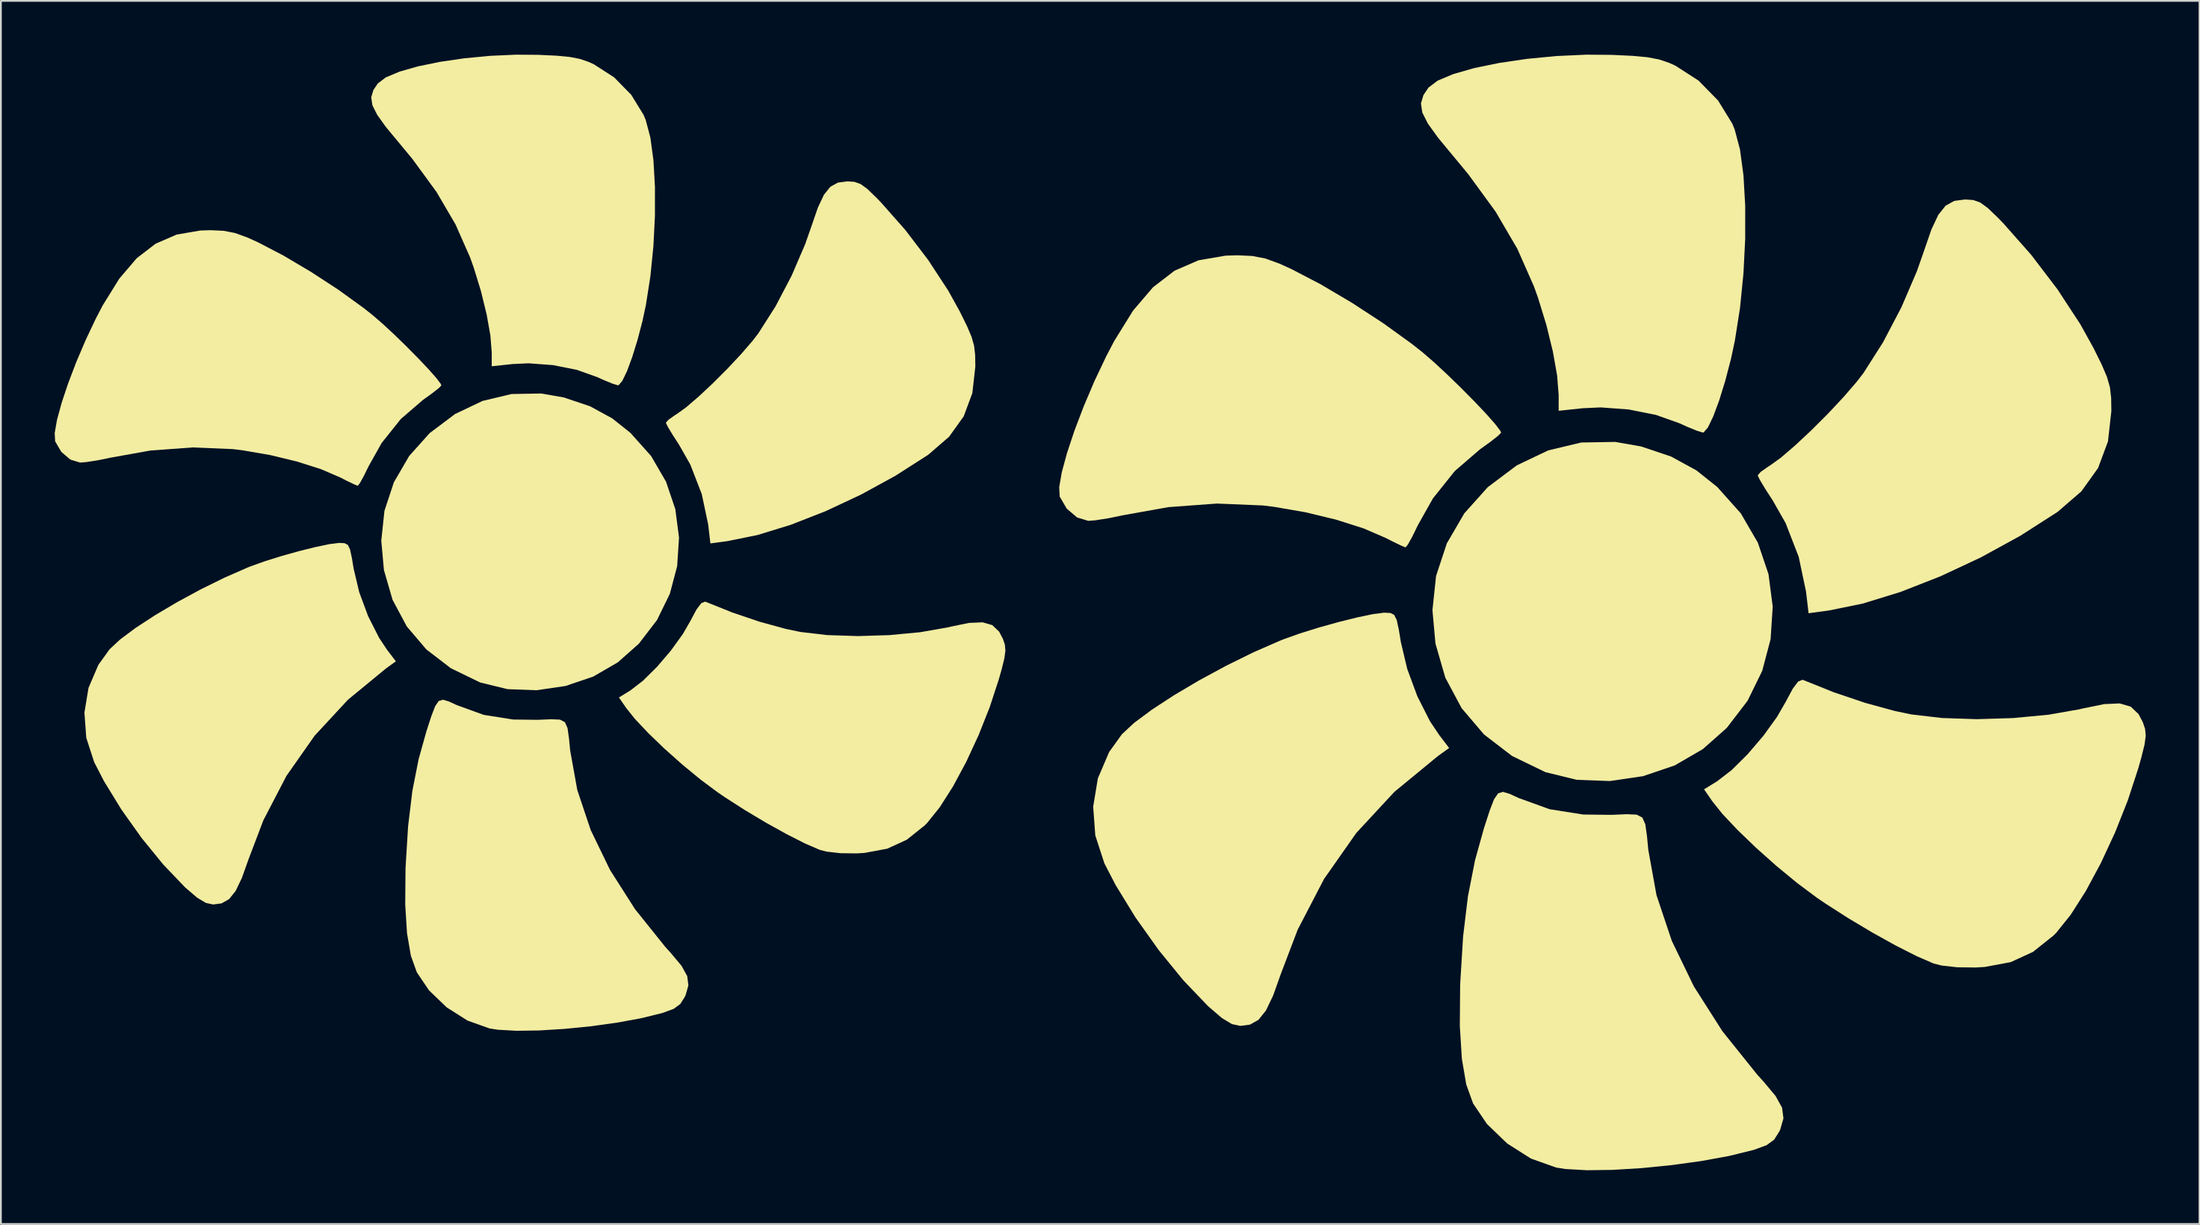
<source format=kicad_pcb>
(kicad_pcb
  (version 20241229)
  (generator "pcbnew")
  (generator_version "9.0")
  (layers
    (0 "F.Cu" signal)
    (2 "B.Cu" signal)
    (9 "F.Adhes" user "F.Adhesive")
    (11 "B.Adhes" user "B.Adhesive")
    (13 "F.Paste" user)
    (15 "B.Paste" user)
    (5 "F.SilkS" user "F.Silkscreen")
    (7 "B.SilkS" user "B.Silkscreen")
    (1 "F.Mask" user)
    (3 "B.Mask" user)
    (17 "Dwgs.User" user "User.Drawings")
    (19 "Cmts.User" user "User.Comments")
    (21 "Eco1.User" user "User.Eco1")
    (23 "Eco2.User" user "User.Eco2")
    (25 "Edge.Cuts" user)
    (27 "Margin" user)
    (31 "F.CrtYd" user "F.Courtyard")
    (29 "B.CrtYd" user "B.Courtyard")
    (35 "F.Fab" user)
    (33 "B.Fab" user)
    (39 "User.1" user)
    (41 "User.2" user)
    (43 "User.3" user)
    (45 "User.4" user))
  (footprint "fan_70x70mm"
    (layer "F.Cu")
    (at 26.425 27.239)
    (property "Reference" "fan_70x70mm" (at 0 0 0) (layer "F.SilkS") (effects (font (size 1.5 1.5) (thickness 0.3))))
    (attr board_only exclude_from_pos_files exclude_from_bom)
    (fp_poly (pts (xy 1.967 -8.115) (xy 3.427 -7.624) (xy 4.667 -6.947) (xy 5.683 -6.137) (xy 6.833 -4.849) (xy 7.666 -3.415) (xy 8.184 -1.883) (xy 8.39 -0.298) (xy 8.287 1.293) (xy 7.878 2.841) (xy 7.164 4.301) (xy 6.149 5.625) (xy 4.978 6.662) (xy 3.605 7.458) (xy 2.063 7.981) (xy 0.441 8.219) (xy -1.174 8.158) (xy -2.693 7.787) (xy -2.71 7.781) (xy -4.333 6.992) (xy -5.699 5.943) (xy -6.79 4.661) (xy -7.585 3.173) (xy -8.066 1.509) (xy -8.213 -0.123) (xy -8.037 -1.79) (xy -7.511 -3.382) (xy -6.659 -4.848) (xy -5.516 -6.125) (xy -4.098 -7.192) (xy -2.564 -7.922) (xy -0.951 -8.307) (xy 0.705 -8.336)) (stroke (width 0) (type solid)) (fill yes) (layer "F.SilkS"))
    (fp_poly (pts (xy -10.262 0.015) (xy -10.079 0.108) (xy -9.957 0.358) (xy -9.852 0.84) (xy -9.754 1.438) (xy -9.444 2.744) (xy -8.949 4.082) (xy -8.333 5.298) (xy -7.892 5.96) (xy -7.399 6.606) (xy -7.936 6.992) (xy -10.07 8.747) (xy -11.927 10.752) (xy -13.502 12.998) (xy -14.789 15.476) (xy -15.614 17.645) (xy -15.987 18.692) (xy -16.336 19.418) (xy -16.701 19.874) (xy -17.118 20.109) (xy -17.588 20.171) (xy -17.998 20.083) (xy -18.484 19.79) (xy -19.117 19.248) (xy -19.178 19.19) (xy -20.368 17.946) (xy -21.571 16.47) (xy -22.702 14.88) (xy -23.673 13.296) (xy -24.222 12.233) (xy -24.664 10.872) (xy -24.767 9.467) (xy -24.539 8.087) (xy -23.989 6.802) (xy -23.364 5.933) (xy -22.775 5.384) (xy -21.905 4.736) (xy -20.82 4.028) (xy -19.587 3.298) (xy -18.272 2.586) (xy -16.942 1.931) (xy -15.662 1.371) (xy -15.487 1.301) (xy -14.701 1.02) (xy -13.773 0.73) (xy -12.798 0.457) (xy -11.876 0.228) (xy -11.103 0.067) (xy -10.578 0.001) (xy -10.548 0.000471)) (stroke (width 0) (type solid)) (fill yes) (layer "F.SilkS"))
    (fp_poly (pts (xy -4.447 8.844) (xy -4.009 9.046) (xy -2.501 9.593) (xy -0.857 9.853) (xy 0.522 9.869) (xy 1.272 9.837) (xy 1.751 9.859) (xy 2.028 10.001) (xy 2.173 10.329) (xy 2.255 10.908) (xy 2.32 11.579) (xy 2.717 13.784) (xy 3.465 16.018) (xy 4.544 18.246) (xy 5.936 20.431) (xy 7.625 22.538) (xy 7.933 22.879) (xy 8.528 23.589) (xy 8.846 24.164) (xy 8.913 24.684) (xy 8.756 25.233) (xy 8.716 25.319) (xy 8.461 25.724) (xy 8.091 25.995) (xy 7.483 26.218) (xy 7.423 26.235) (xy 6.262 26.521) (xy 4.913 26.767) (xy 3.46 26.967) (xy 1.987 27.114) (xy 0.578 27.2) (xy -0.685 27.217) (xy -1.716 27.159) (xy -2.177 27.087) (xy -3.404 26.649) (xy -4.563 25.914) (xy -5.554 24.96) (xy -6.23 23.957) (xy -6.562 23.035) (xy -6.778 21.776) (xy -6.878 20.174) (xy -6.862 18.224) (xy -6.854 18.027) (xy -6.717 15.799) (xy -6.481 13.845) (xy -6.133 12.075) (xy -5.699 10.52) (xy -5.421 9.662) (xy -5.209 9.111) (xy -5.012 8.821) (xy -4.775 8.748)) (stroke (width 0) (type solid)) (fill yes) (layer "F.SilkS"))
    (fp_poly (pts (xy 0.527 -27.23) (xy 1.546 -27.183) (xy 2.289 -27.113) (xy 2.855 -27.004) (xy 3.342 -26.838) (xy 3.642 -26.702) (xy 4.771 -25.974) (xy 5.725 -25.001) (xy 6.415 -23.879) (xy 6.534 -23.591) (xy 6.793 -22.612) (xy 6.964 -21.345) (xy 7.048 -19.863) (xy 7.047 -18.242) (xy 6.962 -16.556) (xy 6.794 -14.878) (xy 6.545 -13.283) (xy 6.354 -12.387) (xy 6.072 -11.309) (xy 5.776 -10.355) (xy 5.488 -9.58) (xy 5.23 -9.044) (xy 5.023 -8.801) (xy 4.983 -8.794) (xy 4.7 -8.878) (xy 4.211 -9.077) (xy 3.829 -9.25) (xy 2.692 -9.655) (xy 1.361 -9.92) (xy -0.002 -10.021) (xy -0.883 -9.98) (xy -2.054 -9.855) (xy -2.054 -10.632) (xy -2.13 -11.579) (xy -2.339 -12.755) (xy -2.657 -14.054) (xy -3.06 -15.366) (xy -3.257 -15.92) (xy -4.071 -17.764) (xy -5.128 -19.572) (xy -6.472 -21.413) (xy -7.2 -22.293) (xy -7.943 -23.189) (xy -8.439 -23.879) (xy -8.709 -24.418) (xy -8.774 -24.861) (xy -8.653 -25.265) (xy -8.41 -25.631) (xy -7.96 -25.972) (xy -7.195 -26.293) (xy -6.174 -26.585) (xy -4.955 -26.836) (xy -3.598 -27.035) (xy -2.16 -27.173) (xy -0.701 -27.239)) (stroke (width 0) (type solid)) (fill yes) (layer "F.SilkS"))
    (fp_poly (pts (xy 18.181 -20.142) (xy 18.517 -20.021) (xy 18.886 -19.753) (xy 19.377 -19.281) (xy 19.646 -19.003) (xy 21.004 -17.466) (xy 22.284 -15.786) (xy 23.396 -14.087) (xy 24.042 -12.923) (xy 24.445 -12.106) (xy 24.702 -11.503) (xy 24.845 -11) (xy 24.904 -10.484) (xy 24.914 -9.842) (xy 24.748 -8.359) (xy 24.265 -7.061) (xy 23.451 -5.924) (xy 22.295 -4.925) (xy 22.259 -4.9) (xy 20.469 -3.753) (xy 18.547 -2.7) (xy 16.572 -1.774) (xy 14.622 -1.011) (xy 12.777 -0.443) (xy 11.116 -0.105) (xy 11.093 -0.101) (xy 10.14 0.028) (xy 10.016 -1.03) (xy 9.659 -2.723) (xy 9.021 -4.37) (xy 8.388 -5.484) (xy 8.026 -6.043) (xy 7.765 -6.478) (xy 7.658 -6.7) (xy 7.657 -6.705) (xy 7.802 -6.871) (xy 8.16 -7.125) (xy 8.258 -7.184) (xy 8.784 -7.563) (xy 9.477 -8.158) (xy 10.266 -8.896) (xy 11.078 -9.708) (xy 11.841 -10.521) (xy 12.484 -11.265) (xy 12.819 -11.701) (xy 13.774 -13.2) (xy 14.669 -14.908) (xy 15.423 -16.662) (xy 15.777 -17.674) (xy 16.133 -18.707) (xy 16.47 -19.422) (xy 16.829 -19.87) (xy 17.251 -20.102) (xy 17.779 -20.171) (xy 17.793 -20.171)) (stroke (width 0) (type solid)) (fill yes) (layer "F.SilkS"))
    (fp_poly (pts (xy -17.001 -17.412) (xy -16.367 -17.289) (xy -15.674 -17.037) (xy -15.084 -16.769) (xy -13.679 -16.037) (xy -12.145 -15.129) (xy -10.615 -14.131) (xy -9.226 -13.128) (xy -8.702 -12.714) (xy -8.14 -12.229) (xy -7.493 -11.629) (xy -6.816 -10.971) (xy -6.163 -10.31) (xy -5.59 -9.704) (xy -5.15 -9.207) (xy -4.9 -8.877) (xy -4.863 -8.785) (xy -5.008 -8.636) (xy -5.382 -8.342) (xy -5.895 -7.973) (xy -7.123 -6.914) (xy -8.189 -5.58) (xy -8.92 -4.278) (xy -9.195 -3.717) (xy -9.414 -3.324) (xy -9.525 -3.186) (xy -9.73 -3.269) (xy -10.155 -3.475) (xy -10.493 -3.648) (xy -11.574 -4.114) (xy -12.918 -4.542) (xy -14.415 -4.903) (xy -15.953 -5.168) (xy -16.49 -5.234) (xy -18.732 -5.327) (xy -21.101 -5.152) (xy -23.304 -4.757) (xy -24.013 -4.611) (xy -24.648 -4.512) (xy -25.006 -4.482) (xy -25.552 -4.648) (xy -26.057 -5.079) (xy -26.4 -5.667) (xy -26.425 -6.125) (xy -26.299 -6.855) (xy -26.043 -7.798) (xy -25.678 -8.894) (xy -25.224 -10.084) (xy -24.703 -11.308) (xy -24.136 -12.506) (xy -23.743 -13.26) (xy -22.82 -14.747) (xy -21.849 -15.884) (xy -20.795 -16.695) (xy -19.625 -17.202) (xy -18.305 -17.429) (xy -17.729 -17.447)) (stroke (width 0) (type solid)) (fill yes) (layer "F.SilkS"))
    (fp_poly (pts (xy 9.894 3.292) (xy 11.365 3.883) (xy 12.892 4.399) (xy 14.333 4.795) (xy 15.157 4.967) (xy 16.649 5.141) (xy 18.354 5.198) (xy 20.131 5.143) (xy 21.843 4.981) (xy 23.351 4.717) (xy 23.525 4.675) (xy 24.56 4.463) (xy 25.319 4.43) (xy 25.86 4.587) (xy 26.241 4.95) (xy 26.448 5.343) (xy 26.56 5.671) (xy 26.591 6.007) (xy 26.532 6.445) (xy 26.373 7.085) (xy 26.227 7.599) (xy 25.718 9.158) (xy 25.097 10.723) (xy 24.402 12.223) (xy 23.669 13.587) (xy 22.933 14.742) (xy 22.231 15.618) (xy 22.095 15.756) (xy 21.091 16.559) (xy 20.003 17.058) (xy 18.735 17.295) (xy 18.303 17.321) (xy 17.401 17.311) (xy 16.628 17.224) (xy 16.238 17.124) (xy 15.422 16.771) (xy 14.396 16.25) (xy 13.248 15.613) (xy 12.071 14.91) (xy 10.956 14.194) (xy 10.534 13.906) (xy 9.586 13.199) (xy 8.577 12.368) (xy 7.583 11.483) (xy 6.677 10.611) (xy 5.933 9.821) (xy 5.448 9.214) (xy 5.04 8.623) (xy 5.681 8.227) (xy 6.384 7.685) (xy 7.164 6.912) (xy 7.933 6.011) (xy 8.601 5.086) (xy 9.022 4.358) (xy 9.37 3.706) (xy 9.632 3.361) (xy 9.843 3.277)) (stroke (width 0) (type solid)) (fill yes) (layer "F.SilkS")))
  (footprint "fan_80x80mm"
    (layer "F.Cu")
    (at 86.216 31.131)
    (property "Reference" "fan_80x80mm" (at 0 0 0) (layer "F.SilkS") (effects (font (size 1.5 1.5) (thickness 0.3))))
    (attr board_only exclude_from_pos_files exclude_from_bom)
    (fp_poly (pts (xy 2.248 -9.274) (xy 3.917 -8.713) (xy 5.333 -7.939) (xy 6.495 -7.013) (xy 7.809 -5.542) (xy 8.761 -3.903) (xy 9.353 -2.152) (xy 9.589 -0.34) (xy 9.471 1.477) (xy 9.003 3.247) (xy 8.187 4.915) (xy 7.027 6.428) (xy 5.689 7.614) (xy 4.12 8.523) (xy 2.358 9.121) (xy 0.503 9.393) (xy -1.342 9.324) (xy -3.078 8.899) (xy -3.097 8.892) (xy -4.952 7.991) (xy -6.513 6.792) (xy -7.76 5.326) (xy -8.668 3.627) (xy -9.218 1.724) (xy -9.386 -0.141) (xy -9.185 -2.046) (xy -8.585 -3.865) (xy -7.61 -5.541) (xy -6.304 -7) (xy -4.683 -8.219) (xy -2.93 -9.054) (xy -1.087 -9.494) (xy 0.806 -9.527)) (stroke (width 0) (type solid)) (fill yes) (layer "F.SilkS"))
    (fp_poly (pts (xy -11.728 0.017) (xy -11.519 0.124) (xy -11.379 0.409) (xy -11.259 0.96) (xy -11.147 1.644) (xy -10.793 3.136) (xy -10.228 4.665) (xy -9.524 6.055) (xy -9.019 6.811) (xy -8.456 7.55) (xy -9.07 7.99) (xy -11.509 9.997) (xy -13.631 12.288) (xy -15.431 14.855) (xy -16.902 17.687) (xy -17.845 20.166) (xy -18.271 21.362) (xy -18.67 22.192) (xy -19.086 22.714) (xy -19.563 22.982) (xy -20.1 23.052) (xy -20.569 22.952) (xy -21.124 22.617) (xy -21.848 21.997) (xy -21.918 21.932) (xy -23.277 20.51) (xy -24.653 18.822) (xy -25.945 17.005) (xy -27.055 15.195) (xy -27.682 13.981) (xy -28.188 12.425) (xy -28.305 10.82) (xy -28.044 9.243) (xy -27.416 7.774) (xy -26.702 6.781) (xy -26.029 6.153) (xy -25.034 5.413) (xy -23.794 4.603) (xy -22.385 3.769) (xy -20.882 2.956) (xy -19.362 2.207) (xy -17.899 1.567) (xy -17.699 1.487) (xy -16.801 1.166) (xy -15.74 0.834) (xy -14.626 0.523) (xy -13.572 0.261) (xy -12.689 0.077) (xy -12.089 0.001) (xy -12.054 0.001)) (stroke (width 0) (type solid)) (fill yes) (layer "F.SilkS"))
    (fp_poly (pts (xy -5.082 10.107) (xy -4.582 10.338) (xy -2.858 10.963) (xy -0.98 11.261) (xy 0.597 11.279) (xy 1.453 11.242) (xy 2.001 11.267) (xy 2.318 11.43) (xy 2.484 11.804) (xy 2.577 12.466) (xy 2.651 13.234) (xy 3.106 15.753) (xy 3.96 18.306) (xy 5.193 20.852) (xy 6.784 23.35) (xy 8.714 25.758) (xy 9.066 26.147) (xy 9.746 26.959) (xy 10.11 27.616) (xy 10.187 28.21) (xy 10.007 28.837) (xy 9.961 28.936) (xy 9.669 29.399) (xy 9.247 29.708) (xy 8.552 29.963) (xy 8.483 29.983) (xy 7.156 30.309) (xy 5.615 30.591) (xy 3.954 30.82) (xy 2.271 30.988) (xy 0.66 31.086) (xy -0.782 31.105) (xy -1.961 31.038) (xy -2.488 30.956) (xy -3.891 30.456) (xy -5.215 29.616) (xy -6.347 28.526) (xy -7.12 27.38) (xy -7.5 26.326) (xy -7.746 24.887) (xy -7.86 23.056) (xy -7.842 20.827) (xy -7.833 20.602) (xy -7.676 18.056) (xy -7.407 15.823) (xy -7.009 13.8) (xy -6.513 12.023) (xy -6.195 11.042) (xy -5.953 10.412) (xy -5.728 10.082) (xy -5.457 9.997)) (stroke (width 0) (type solid)) (fill yes) (layer "F.SilkS"))
    (fp_poly (pts (xy 0.602 -31.12) (xy 1.767 -31.066) (xy 2.616 -30.986) (xy 3.263 -30.861) (xy 3.819 -30.672) (xy 4.162 -30.517) (xy 5.453 -29.684) (xy 6.542 -28.573) (xy 7.331 -27.29) (xy 7.467 -26.961) (xy 7.763 -25.842) (xy 7.958 -24.394) (xy 8.055 -22.701) (xy 8.054 -20.848) (xy 7.957 -18.921) (xy 7.765 -17.003) (xy 7.479 -15.181) (xy 7.261 -14.157) (xy 6.939 -12.925) (xy 6.601 -11.834) (xy 6.272 -10.949) (xy 5.977 -10.336) (xy 5.74 -10.059) (xy 5.694 -10.05) (xy 5.372 -10.146) (xy 4.812 -10.374) (xy 4.376 -10.572) (xy 3.076 -11.034) (xy 1.555 -11.337) (xy -0.002 -11.452) (xy -1.009 -11.406) (xy -2.348 -11.263) (xy -2.348 -12.151) (xy -2.434 -13.233) (xy -2.673 -14.578) (xy -3.036 -16.062) (xy -3.497 -17.561) (xy -3.723 -18.194) (xy -4.653 -20.302) (xy -5.861 -22.368) (xy -7.396 -24.472) (xy -8.229 -25.477) (xy -9.077 -26.502) (xy -9.644 -27.29) (xy -9.953 -27.906) (xy -10.027 -28.413) (xy -9.889 -28.874) (xy -9.611 -29.292) (xy -9.097 -29.682) (xy -8.223 -30.049) (xy -7.056 -30.383) (xy -5.663 -30.669) (xy -4.112 -30.897) (xy -2.469 -31.055) (xy -0.802 -31.131)) (stroke (width 0) (type solid)) (fill yes) (layer "F.SilkS"))
    (fp_poly (pts (xy 20.779 -23.02) (xy 21.162 -22.882) (xy 21.584 -22.574) (xy 22.145 -22.036) (xy 22.453 -21.718) (xy 24.005 -19.961) (xy 25.467 -18.041) (xy 26.738 -16.1) (xy 27.476 -14.769) (xy 27.938 -13.835) (xy 28.231 -13.146) (xy 28.394 -12.571) (xy 28.462 -11.982) (xy 28.473 -11.247) (xy 28.284 -9.553) (xy 27.732 -8.07) (xy 26.802 -6.77) (xy 25.48 -5.628) (xy 25.439 -5.6) (xy 23.393 -4.289) (xy 21.197 -3.085) (xy 18.939 -2.028) (xy 16.711 -1.155) (xy 14.602 -0.506) (xy 12.704 -0.119) (xy 12.678 -0.116) (xy 11.589 0.031) (xy 11.446 -1.177) (xy 11.039 -3.112) (xy 10.31 -4.994) (xy 9.586 -6.268) (xy 9.172 -6.906) (xy 8.874 -7.404) (xy 8.752 -7.657) (xy 8.751 -7.662) (xy 8.917 -7.853) (xy 9.326 -8.143) (xy 9.437 -8.211) (xy 10.039 -8.644) (xy 10.831 -9.323) (xy 11.733 -10.167) (xy 12.661 -11.095) (xy 13.533 -12.024) (xy 14.267 -12.874) (xy 14.651 -13.372) (xy 15.741 -15.085) (xy 16.764 -17.037) (xy 17.626 -19.042) (xy 18.031 -20.199) (xy 18.438 -21.379) (xy 18.823 -22.196) (xy 19.233 -22.708) (xy 19.716 -22.974) (xy 20.318 -23.052) (xy 20.335 -23.052)) (stroke (width 0) (type solid)) (fill yes) (layer "F.SilkS"))
    (fp_poly (pts (xy -19.429 -19.9) (xy -18.705 -19.759) (xy -17.913 -19.471) (xy -17.239 -19.164) (xy -15.634 -18.328) (xy -13.88 -17.291) (xy -12.131 -16.15) (xy -10.544 -15.004) (xy -9.945 -14.531) (xy -9.303 -13.976) (xy -8.564 -13.29) (xy -7.79 -12.538) (xy -7.043 -11.783) (xy -6.388 -11.09) (xy -5.886 -10.522) (xy -5.6 -10.145) (xy -5.558 -10.04) (xy -5.724 -9.87) (xy -6.151 -9.534) (xy -6.737 -9.112) (xy -8.141 -7.901) (xy -9.358 -6.377) (xy -10.195 -4.889) (xy -10.508 -4.248) (xy -10.758 -3.798) (xy -10.886 -3.641) (xy -11.12 -3.736) (xy -11.605 -3.971) (xy -11.992 -4.169) (xy -13.227 -4.702) (xy -14.763 -5.191) (xy -16.474 -5.604) (xy -18.232 -5.907) (xy -18.846 -5.982) (xy -21.408 -6.088) (xy -24.115 -5.888) (xy -26.634 -5.437) (xy -27.443 -5.27) (xy -28.169 -5.156) (xy -28.578 -5.123) (xy -29.202 -5.312) (xy -29.78 -5.804) (xy -30.172 -6.476) (xy -30.2 -7) (xy -30.056 -7.834) (xy -29.763 -8.912) (xy -29.346 -10.165) (xy -28.828 -11.525) (xy -28.233 -12.923) (xy -27.584 -14.292) (xy -27.134 -15.154) (xy -26.08 -16.854) (xy -24.97 -18.154) (xy -23.766 -19.08) (xy -22.429 -19.66) (xy -20.92 -19.919) (xy -20.262 -19.939)) (stroke (width 0) (type solid)) (fill yes) (layer "F.SilkS"))
    (fp_poly (pts (xy 11.307 3.763) (xy 12.989 4.438) (xy 14.734 5.028) (xy 16.38 5.48) (xy 17.322 5.677) (xy 19.028 5.876) (xy 20.976 5.941) (xy 23.007 5.878) (xy 24.964 5.693) (xy 26.687 5.391) (xy 26.885 5.343) (xy 28.069 5.101) (xy 28.936 5.062) (xy 29.554 5.243) (xy 29.99 5.658) (xy 30.226 6.106) (xy 30.354 6.482) (xy 30.39 6.865) (xy 30.322 7.366) (xy 30.14 8.097) (xy 29.974 8.684) (xy 29.392 10.466) (xy 28.683 12.255) (xy 27.888 13.969) (xy 27.05 15.528) (xy 26.209 16.848) (xy 25.407 17.849) (xy 25.252 18.007) (xy 24.103 18.924) (xy 22.861 19.495) (xy 21.411 19.765) (xy 20.918 19.795) (xy 19.887 19.784) (xy 19.004 19.685) (xy 18.557 19.571) (xy 17.626 19.167) (xy 16.452 18.572) (xy 15.141 17.843) (xy 13.796 17.04) (xy 12.521 16.222) (xy 12.039 15.893) (xy 10.955 15.084) (xy 9.802 14.135) (xy 8.666 13.123) (xy 7.631 12.126) (xy 6.78 11.223) (xy 6.227 10.531) (xy 5.76 9.855) (xy 6.493 9.402) (xy 7.296 8.783) (xy 8.188 7.899) (xy 9.066 6.87) (xy 9.83 5.812) (xy 10.31 4.981) (xy 10.709 4.236) (xy 11.007 3.841) (xy 11.249 3.745)) (stroke (width 0) (type solid)) (fill yes) (layer "F.SilkS")))
  (gr_rect
    (start -3 -3)
    (end 119.605 65.236)
    (stroke (width 0.1) (type default))
    (fill no)
    (layer "Edge.Cuts")))
</source>
